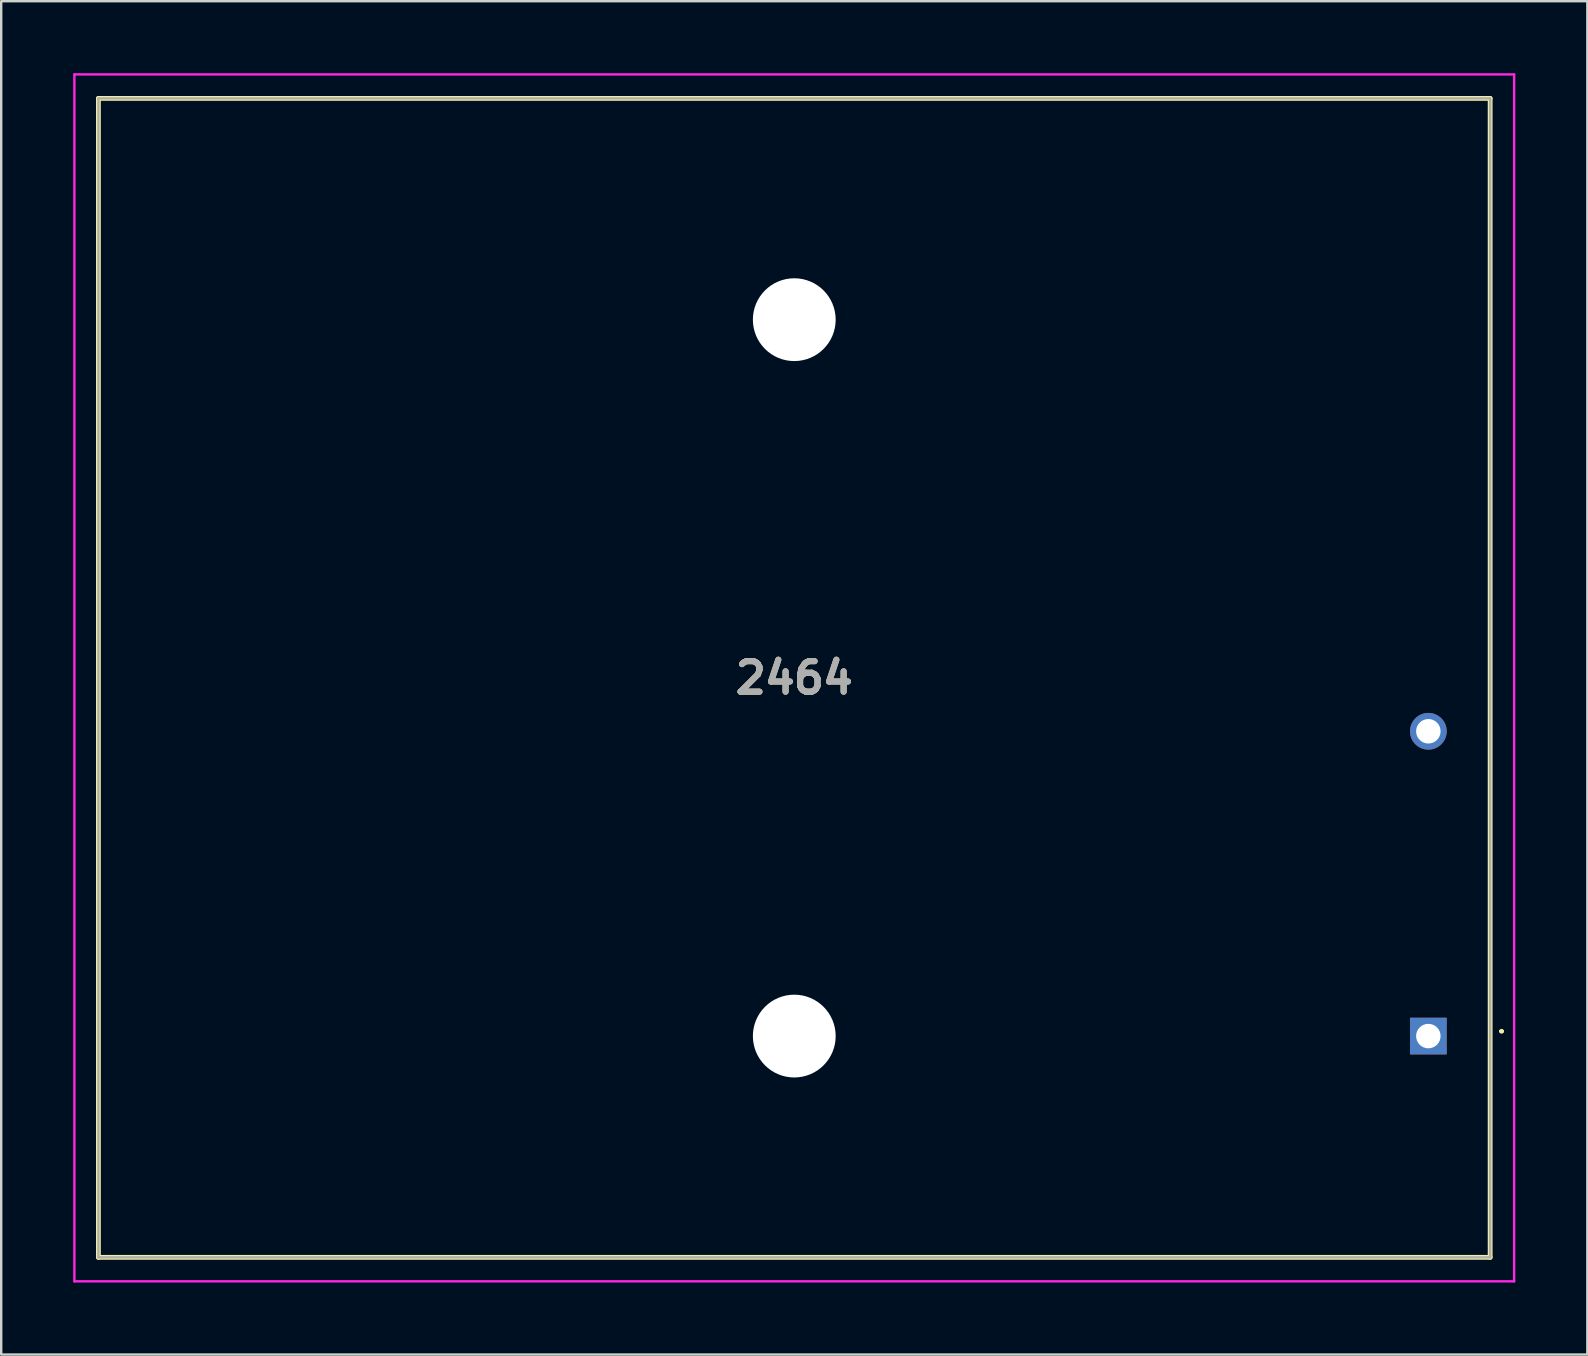
<source format=kicad_pcb>
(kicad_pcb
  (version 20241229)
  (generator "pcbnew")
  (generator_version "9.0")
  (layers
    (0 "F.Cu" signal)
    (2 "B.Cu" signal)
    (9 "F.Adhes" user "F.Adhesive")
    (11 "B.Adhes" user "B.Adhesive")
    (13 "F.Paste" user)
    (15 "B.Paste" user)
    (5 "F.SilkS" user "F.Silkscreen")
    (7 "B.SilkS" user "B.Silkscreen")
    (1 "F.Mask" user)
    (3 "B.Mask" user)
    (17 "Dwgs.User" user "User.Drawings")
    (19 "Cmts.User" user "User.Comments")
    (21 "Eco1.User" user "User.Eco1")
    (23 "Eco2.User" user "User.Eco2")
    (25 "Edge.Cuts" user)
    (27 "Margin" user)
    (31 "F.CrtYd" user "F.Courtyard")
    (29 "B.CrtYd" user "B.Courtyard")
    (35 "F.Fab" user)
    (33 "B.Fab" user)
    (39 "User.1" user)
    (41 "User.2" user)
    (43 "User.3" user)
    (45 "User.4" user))
  (footprint "2464"
    (layer "F.Cu")
    (at 56.465 40.12)
    (property "Reference" "2464" (at -26.42 -14.925 0) (layer "F.SilkS") (effects (font (size 1.27 1.27) (thickness 0.254))))
    (attr through_hole)
    (fp_line (start -55.415 -39.07) (end 2.575 -39.07) (stroke (width 0.2) (type solid)) (layer "F.SilkS"))
    (fp_line (start -55.415 9.22) (end -55.415 -39.07) (stroke (width 0.2) (type solid)) (layer "F.SilkS"))
    (fp_line (start 2.575 -39.07) (end 2.575 9.22) (stroke (width 0.2) (type solid)) (layer "F.SilkS"))
    (fp_line (start 2.575 9.22) (end -55.415 9.22) (stroke (width 0.2) (type solid)) (layer "F.SilkS"))
    (fp_line (start 3 -0.2) (end 3 -0.2) (stroke (width 0.1) (type solid)) (layer "F.SilkS"))
    (fp_line (start 3.1 -0.2) (end 3.1 -0.2) (stroke (width 0.1) (type solid)) (layer "F.SilkS"))
    (fp_arc (start 3 -0.2) (mid 3.05 -0.25) (end 3.1 -0.2) (stroke (width 0.1) (type solid)) (layer "F.SilkS"))
    (fp_arc (start 3.1 -0.2) (mid 3.05 -0.15) (end 3 -0.2) (stroke (width 0.1) (type solid)) (layer "F.SilkS"))
    (fp_line (start -56.415 -40.07) (end 3.575 -40.07) (stroke (width 0.1) (type solid)) (layer "F.CrtYd"))
    (fp_line (start -56.415 10.22) (end -56.415 -40.07) (stroke (width 0.1) (type solid)) (layer "F.CrtYd"))
    (fp_line (start 3.575 -40.07) (end 3.575 10.22) (stroke (width 0.1) (type solid)) (layer "F.CrtYd"))
    (fp_line (start 3.575 10.22) (end -56.415 10.22) (stroke (width 0.1) (type solid)) (layer "F.CrtYd"))
    (fp_line (start -55.415 -39.07) (end 2.575 -39.07) (stroke (width 0.1) (type solid)) (layer "F.Fab"))
    (fp_line (start -55.415 9.22) (end -55.415 -39.07) (stroke (width 0.1) (type solid)) (layer "F.Fab"))
    (fp_line (start 2.575 -39.07) (end 2.575 9.22) (stroke (width 0.1) (type solid)) (layer "F.Fab"))
    (fp_line (start 2.575 9.22) (end -55.415 9.22) (stroke (width 0.1) (type solid)) (layer "F.Fab"))
    (fp_text user "${REFERENCE}" (at -26.42 -14.925 0) (layer "F.Fab") (effects (font (size 1.27 1.27) (thickness 0.254))))
    (pad "" np_thru_hole circle (at -26.42 -29.85) (size 3.45 3.45) (drill 3.45) (layers "*.Cu" "*.Mask"))
    (pad "" np_thru_hole circle (at -26.42 0) (size 3.45 3.45) (drill 3.45) (layers "*.Cu" "*.Mask"))
    (pad "1" thru_hole rect (at 0 0) (size 1.53 1.53) (drill 1.02) (layers "*.Cu" "*.Mask"))
    (pad "2" thru_hole circle (at 0 -12.7) (size 1.53 1.53) (drill 1.02) (layers "*.Cu" "*.Mask")))
  (gr_rect
    (start -3 -3)
    (end 63.09 53.39)
    (stroke (width 0.1) (type default))
    (fill no)
    (layer "Edge.Cuts")))
</source>
